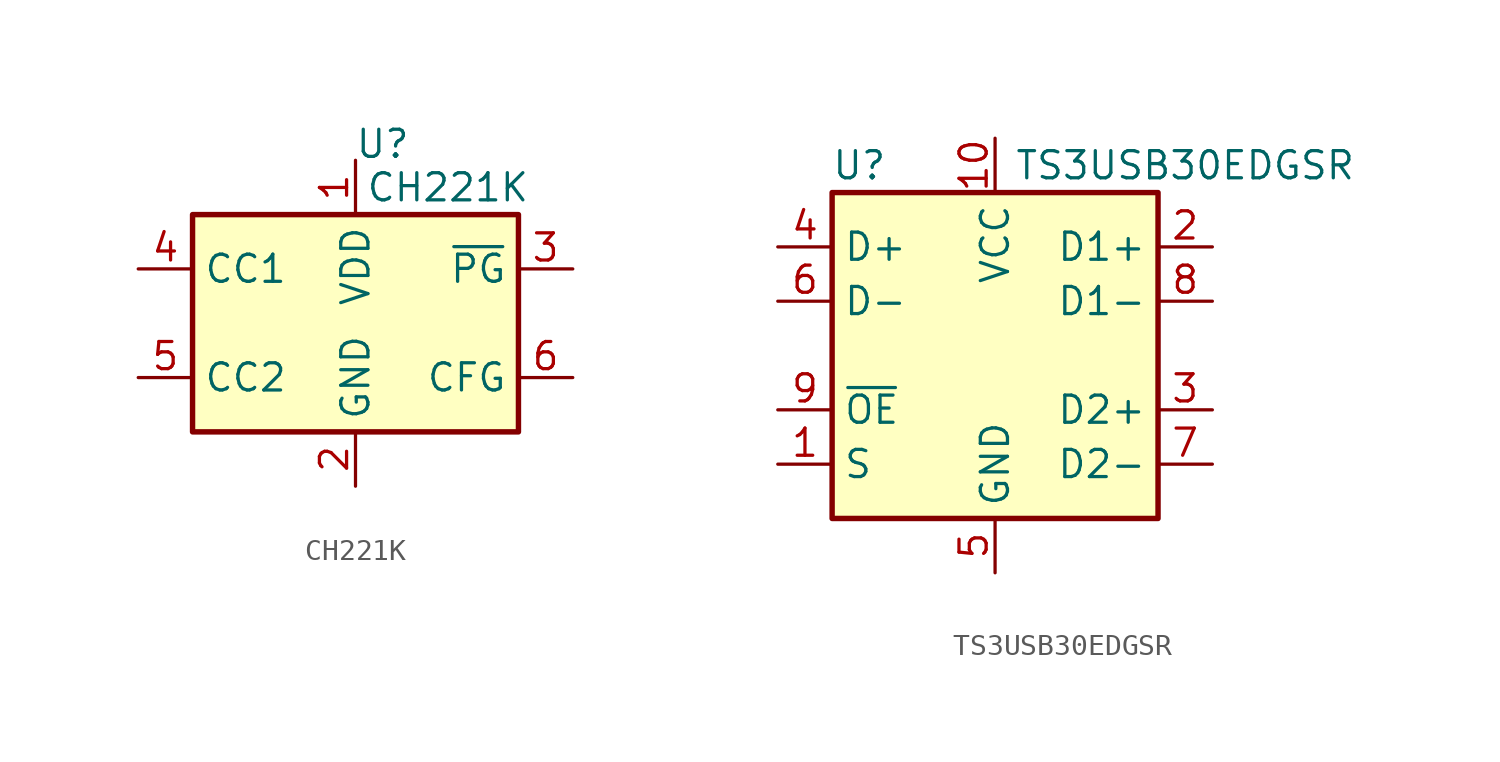
<source format=kicad_sym>
(kicad_symbol_lib
  (version 20241209)
  (generator "kicad_symbol_editor")
  (generator_version "9.0")
  (symbol "CH221K"
    (property "Reference" "U"
      (at 1.27 8.382 0)
      (effects (font (size 1.27 1.27))))
    (property "Value" "CH221K"
      (at 4.318 6.35 0)
      (effects (font (size 1.27 1.27))))
    (symbol "CH221K_0_1"
      (rectangle (start -7.62 5.08) (end 7.62 -5.08) (stroke (width 0.254) (type default)) (fill (type background))))
    (symbol "CH221K_1_1"
      (pin bidirectional line (at -10.16 2.54 0) (length 2.54) (name "CC1" (effects (font (size 1.27 1.27)))) (number "4" (effects (font (size 1.27 1.27)))))
      (pin bidirectional line (at -10.16 -2.54 0) (length 2.54) (name "CC2" (effects (font (size 1.27 1.27)))) (number "5" (effects (font (size 1.27 1.27)))))
      (pin power_in line (at 0 7.62 270) (length 2.54) (name "VDD" (effects (font (size 1.27 1.27)))) (number "1" (effects (font (size 1.27 1.27)))))
      (pin power_in line (at 0 -7.62 90) (length 2.54) (name "GND" (effects (font (size 1.27 1.27)))) (number "2" (effects (font (size 1.27 1.27)))))
      (pin open_collector line (at 10.16 2.54 180) (length 2.54) (name "~{PG}" (effects (font (size 1.27 1.27)))) (number "3" (effects (font (size 1.27 1.27)))))
      (pin input line (at 10.16 -2.54 180) (length 2.54) (name "CFG" (effects (font (size 1.27 1.27)))) (number "6" (effects (font (size 1.27 1.27)))))))
  (symbol "TS3USB30EDGSR"
    (property "Reference" "U"
      (at -6.35 8.89 0)
      (effects (font (size 1.27 1.27))))
    (property "Value" "TS3USB30EDGSR"
      (at 8.89 8.89 0)
      (effects (font (size 1.27 1.27))))
    (symbol "TS3USB30EDGSR_1_1"
      (rectangle (start -7.62 7.62) (end 7.62 -7.62) (stroke (width 0.254) (type default)) (fill (type background)))
      (pin bidirectional line (at -10.16 5.08 0) (length 2.54) (name "D+" (effects (font (size 1.27 1.27)))) (number "4" (effects (font (size 1.27 1.27)))))
      (pin bidirectional line (at -10.16 2.54 0) (length 2.54) (name "D-" (effects (font (size 1.27 1.27)))) (number "6" (effects (font (size 1.27 1.27)))))
      (pin input line (at -10.16 -2.54 0) (length 2.54) (name "~{OE}" (effects (font (size 1.27 1.27)))) (number "9" (effects (font (size 1.27 1.27)))))
      (pin input line (at -10.16 -5.08 0) (length 2.54) (name "S" (effects (font (size 1.27 1.27)))) (number "1" (effects (font (size 1.27 1.27)))))
      (pin power_in line (at 0 10.16 270) (length 2.54) (name "VCC" (effects (font (size 1.27 1.27)))) (number "10" (effects (font (size 1.27 1.27)))))
      (pin power_in line (at 0 -10.16 90) (length 2.54) (name "GND" (effects (font (size 1.27 1.27)))) (number "5" (effects (font (size 1.27 1.27)))))
      (pin bidirectional line (at 10.16 5.08 180) (length 2.54) (name "D1+" (effects (font (size 1.27 1.27)))) (number "2" (effects (font (size 1.27 1.27)))))
      (pin bidirectional line (at 10.16 2.54 180) (length 2.54) (name "D1-" (effects (font (size 1.27 1.27)))) (number "8" (effects (font (size 1.27 1.27)))))
      (pin bidirectional line (at 10.16 -2.54 180) (length 2.54) (name "D2+" (effects (font (size 1.27 1.27)))) (number "3" (effects (font (size 1.27 1.27)))))
      (pin bidirectional line (at 10.16 -5.08 180) (length 2.54) (name "D2-" (effects (font (size 1.27 1.27)))) (number "7" (effects (font (size 1.27 1.27))))))))
</source>
